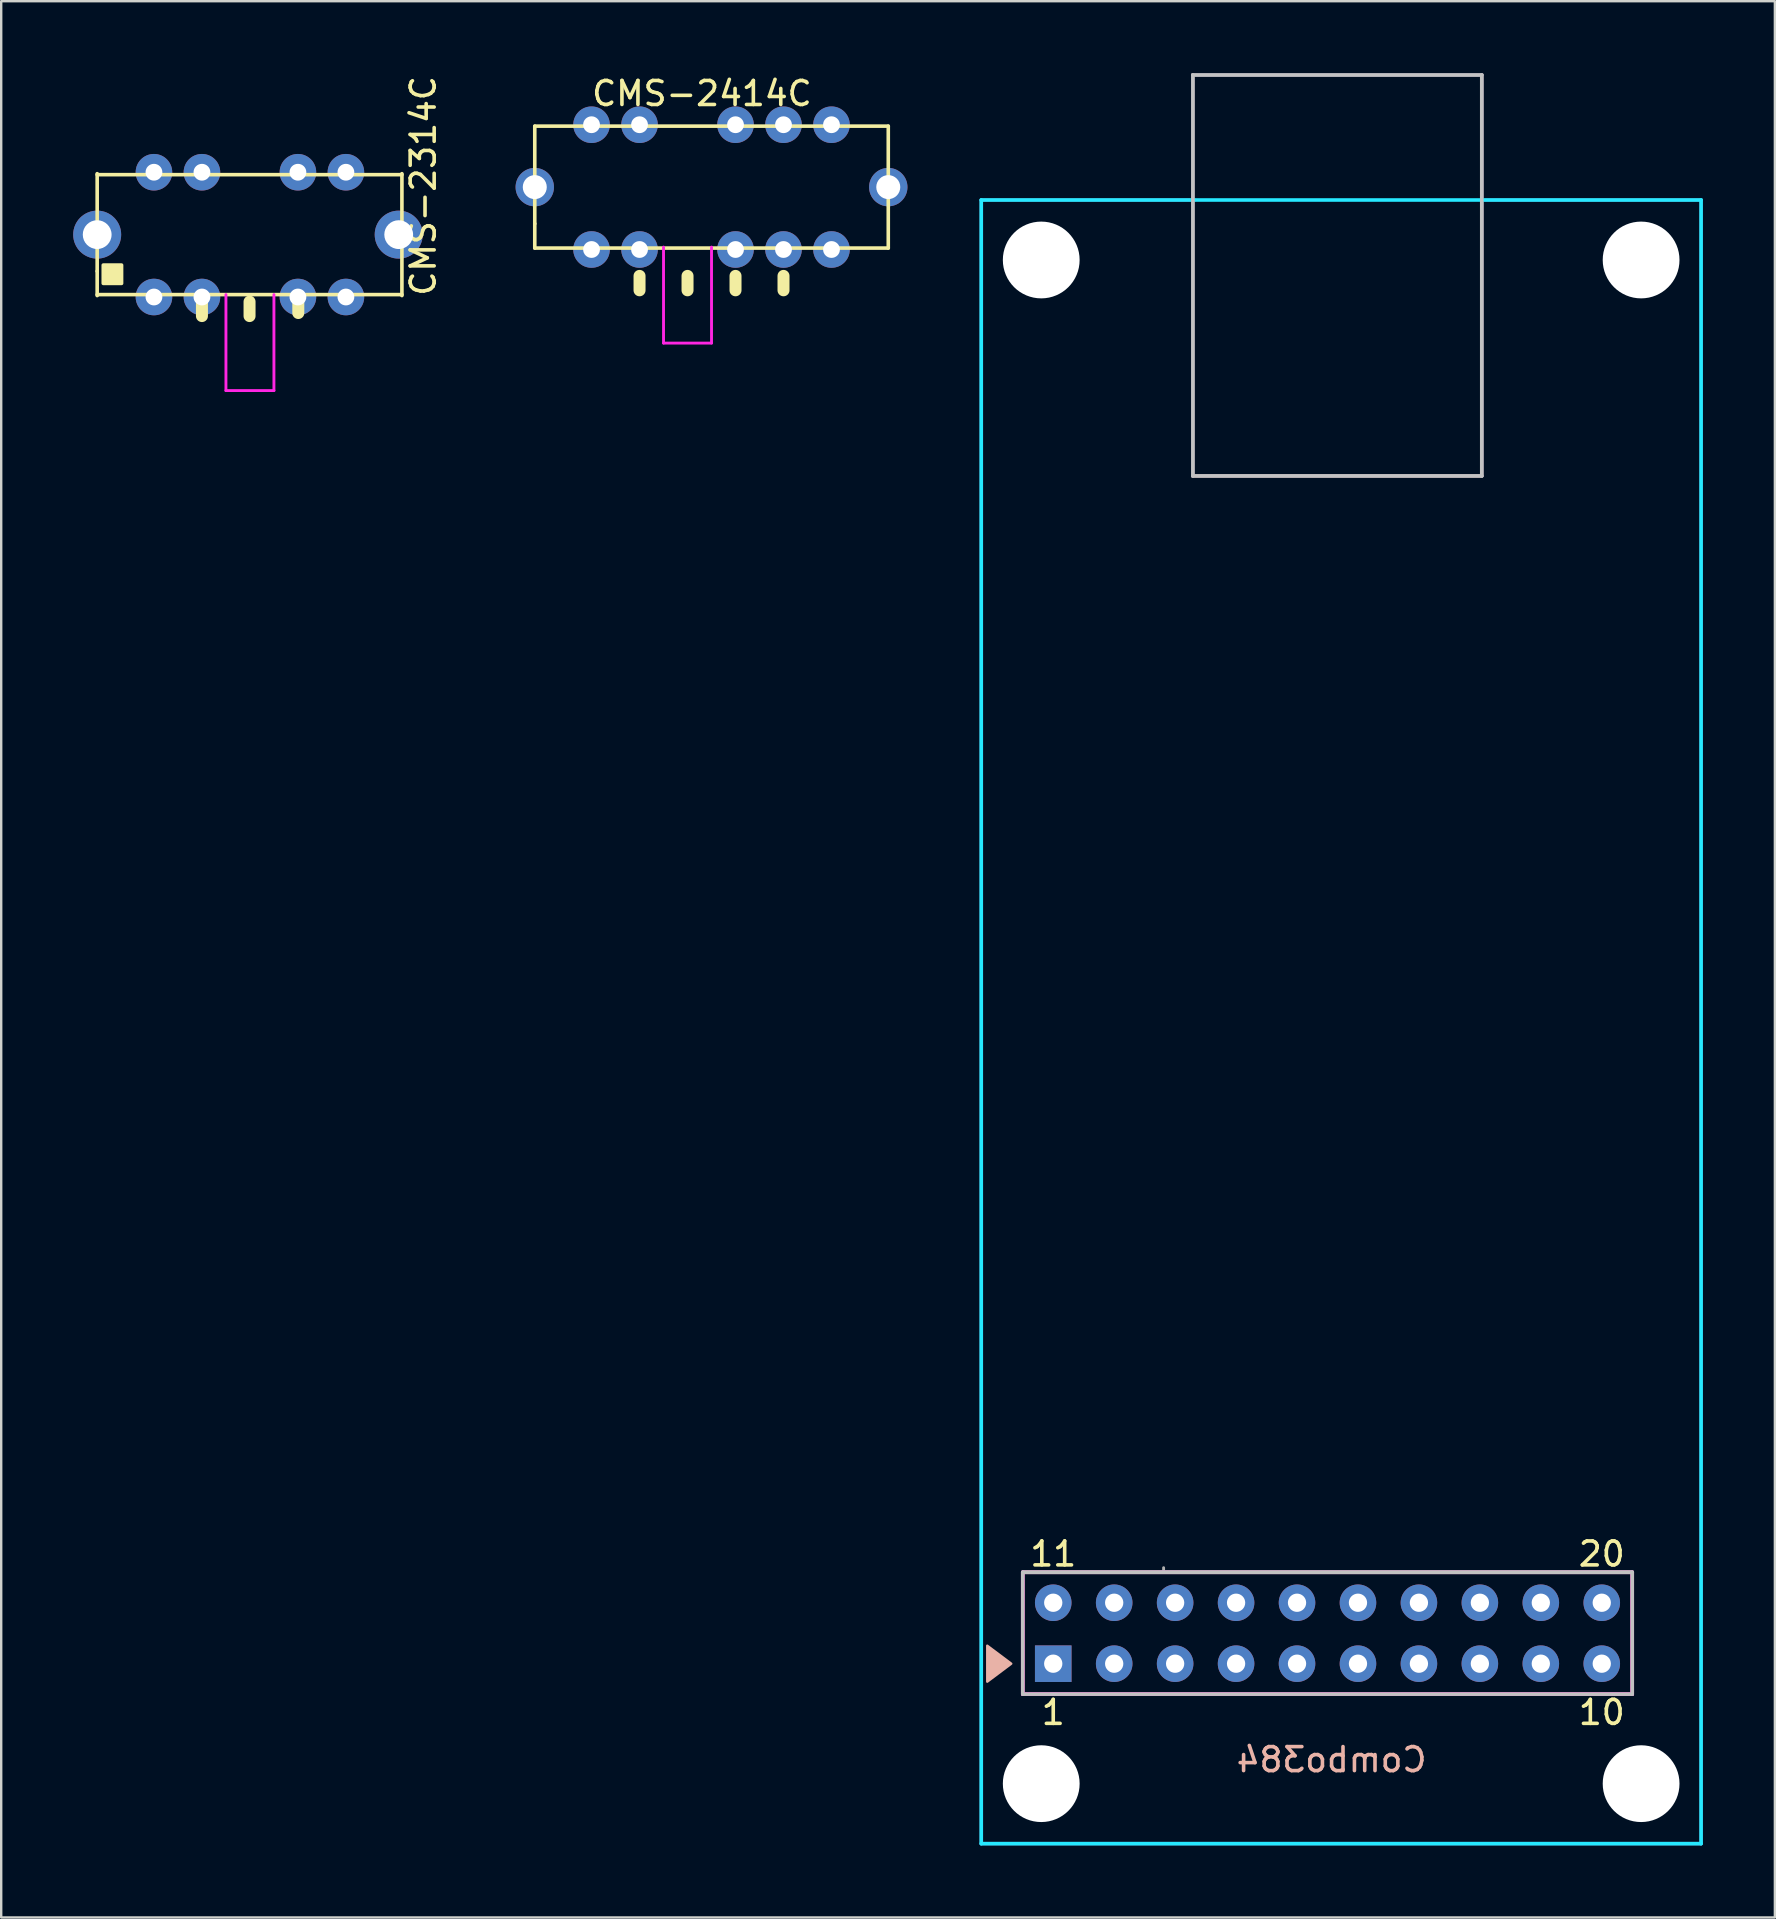
<source format=kicad_pcb>
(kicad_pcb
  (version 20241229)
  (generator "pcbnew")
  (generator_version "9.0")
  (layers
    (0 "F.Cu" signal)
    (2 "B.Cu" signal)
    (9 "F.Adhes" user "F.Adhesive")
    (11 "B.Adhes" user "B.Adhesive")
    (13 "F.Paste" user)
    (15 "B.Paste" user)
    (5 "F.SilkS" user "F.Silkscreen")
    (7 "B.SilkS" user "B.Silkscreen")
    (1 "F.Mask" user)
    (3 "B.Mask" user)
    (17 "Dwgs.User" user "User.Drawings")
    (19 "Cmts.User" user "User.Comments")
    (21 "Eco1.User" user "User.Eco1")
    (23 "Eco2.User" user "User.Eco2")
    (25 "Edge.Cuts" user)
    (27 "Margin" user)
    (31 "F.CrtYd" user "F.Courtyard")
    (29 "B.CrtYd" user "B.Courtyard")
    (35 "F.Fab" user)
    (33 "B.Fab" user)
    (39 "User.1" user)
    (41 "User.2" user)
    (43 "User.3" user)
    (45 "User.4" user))
  (footprint "CMS-2314C"
    (layer "F.Cu")
    (at 8.366 6.728)
    (property "Reference" "CMS-2314C" (at 6.223 -2.032 90) (layer "F.SilkS") (effects (font (size 1 1) (thickness 0.15))))
    (attr through_hole)
    (fp_line (start -7.366 -2.54) (end -7.366 1.524) (stroke (width 0.15) (type solid)) (layer "F.SilkS"))
    (fp_line (start -7.366 1.524) (end -7.366 2.54) (stroke (width 0.15) (type solid)) (layer "F.SilkS"))
    (fp_line (start -7.366 2.5) (end 5.334 2.5) (stroke (width 0.15) (type solid)) (layer "F.SilkS"))
    (fp_line (start -3 2.794) (end -3 3.394) (stroke (width 0.5) (type solid)) (layer "F.SilkS"))
    (fp_line (start -1.016 2.794) (end -1.016 3.394) (stroke (width 0.5) (type solid)) (layer "F.SilkS"))
    (fp_line (start 1.016 2.667) (end 1.016 3.267) (stroke (width 0.5) (type solid)) (layer "F.SilkS"))
    (fp_line (start 5.334 -2.5) (end -7.366 -2.5) (stroke (width 0.15) (type solid)) (layer "F.SilkS"))
    (fp_line (start 5.334 2.54) (end 5.334 -2.54) (stroke (width 0.15) (type solid)) (layer "F.SilkS"))
    (fp_poly (pts (xy -7.112 1.27) (xy -6.35 1.27) (xy -6.35 2.032) (xy -7.112 2.032)) (stroke (width 0.15) (type solid)) (fill yes) (layer "F.SilkS"))
    (fp_line (start -2 6.5) (end -2 2.5) (stroke (width 0.12) (type solid)) (layer "F.CrtYd"))
    (fp_line (start 0 2.5) (end 0 6.5) (stroke (width 0.12) (type solid)) (layer "F.CrtYd"))
    (fp_line (start 0 6.5) (end -2 6.5) (stroke (width 0.12) (type solid)) (layer "F.CrtYd"))
    (pad "1" thru_hole circle (at -5 2.6) (size 1.524 1.524) (drill 0.7) (layers "*.Cu" "B.Mask"))
    (pad "2" thru_hole circle (at -3 2.6) (size 1.524 1.524) (drill 0.7) (layers "*.Cu" "B.Mask"))
    (pad "3" thru_hole circle (at 1 2.6) (size 1.524 1.524) (drill 0.7) (layers "*.Cu" "B.Mask"))
    (pad "4" thru_hole circle (at 3 2.6) (size 1.524 1.524) (drill 0.7) (layers "*.Cu" "B.Mask"))
    (pad "5" thru_hole circle (at -5 -2.6) (size 1.524 1.524) (drill 0.7) (layers "*.Cu" "B.Mask"))
    (pad "6" thru_hole circle (at -3 -2.6) (size 1.524 1.524) (drill 0.7) (layers "*.Cu" "B.Mask"))
    (pad "7" thru_hole circle (at 1 -2.6) (size 1.524 1.524) (drill 0.7) (layers "*.Cu" "B.Mask"))
    (pad "8" thru_hole circle (at 3 -2.6) (size 1.524 1.524) (drill 0.7) (layers "*.Cu" "B.Mask"))
    (pad "9" thru_hole circle (at -7.366 0) (size 2 2) (drill 1.2) (layers "*.Cu" "*.Mask"))
    (pad "10" thru_hole circle (at 5.2 0) (size 2 2) (drill 1.2) (layers "*.Cu" "*.Mask")))
  (footprint "Combo384"
    (layer "F.Cu")
    (at 40.844 66.285)
    (property "Reference" "Combo384" (at 11.6 4 0) (layer "B.SilkS") (effects (font (size 1 1) (thickness 0.15)) (justify mirror)))
    (attr through_hole)
    (fp_line (start -1.27 -3.81) (end -1.27 1.27) (stroke (width 0.15) (type solid)) (layer "B.SilkS"))
    (fp_line (start -1.27 1.27) (end 24.13 1.27) (stroke (width 0.15) (type solid)) (layer "B.SilkS"))
    (fp_line (start 5.82 -66.21) (end 5.82 -49.5) (stroke (width 0.15) (type solid)) (layer "B.SilkS"))
    (fp_line (start 5.82 -66.21) (end 17.86 -66.21) (stroke (width 0.15) (type solid)) (layer "B.SilkS"))
    (fp_line (start 5.82 -49.5) (end 17.86 -49.5) (stroke (width 0.15) (type solid)) (layer "B.SilkS"))
    (fp_line (start 17.86 -49.5) (end 17.86 -66.21) (stroke (width 0.15) (type solid)) (layer "B.SilkS"))
    (fp_line (start 24.13 -3.81) (end -1.27 -3.81) (stroke (width 0.15) (type solid)) (layer "B.SilkS"))
    (fp_line (start 24.13 1.27) (end 24.13 -3.81) (stroke (width 0.15) (type solid)) (layer "B.SilkS"))
    (fp_poly (pts (xy -1.75 0) (xy -2.75 0.75) (xy -2.75 -0.75)) (stroke (width 0.1) (type solid)) (fill yes) (layer "B.SilkS"))
    (fp_line (start -1.27 -3.81) (end -1.27 1.27) (stroke (width 0.15) (type solid)) (layer "Dwgs.User"))
    (fp_line (start -1.27 1.27) (end 24.13 1.27) (stroke (width 0.15) (type solid)) (layer "Dwgs.User"))
    (fp_line (start 5.82 -66.21) (end 5.82 -49.5) (stroke (width 0.15) (type solid)) (layer "Dwgs.User"))
    (fp_line (start 17.86 -66.21) (end 5.82 -66.21) (stroke (width 0.15) (type solid)) (layer "Dwgs.User"))
    (fp_line (start 17.86 -49.5) (end 5.82 -49.5) (stroke (width 0.15) (type solid)) (layer "Dwgs.User"))
    (fp_line (start 17.86 -49.5) (end 17.86 -66.21) (stroke (width 0.15) (type solid)) (layer "Dwgs.User"))
    (fp_line (start 24.13 -3.81) (end -1.27 -3.81) (stroke (width 0.15) (type solid)) (layer "Dwgs.User"))
    (fp_line (start 24.13 -3.81) (end -1.27 -3.81) (stroke (width 0.15) (type solid)) (layer "Dwgs.User"))
    (fp_line (start 24.13 1.27) (end 24.13 -3.81) (stroke (width 0.15) (type solid)) (layer "Dwgs.User"))
    (fp_line (start -3 -61) (end -3 7.5) (stroke (width 0.15) (type solid)) (layer "B.CrtYd"))
    (fp_line (start -3 7.5) (end 27 7.5) (stroke (width 0.15) (type solid)) (layer "B.CrtYd"))
    (fp_line (start 27 -61) (end -3 -61) (stroke (width 0.15) (type solid)) (layer "B.CrtYd"))
    (fp_line (start 27 7.5) (end 27 -61) (stroke (width 0.15) (type solid)) (layer "B.CrtYd"))
    (fp_line (start -1.27 -3.81) (end -1.27 1.27) (stroke (width 0.15) (type solid)) (layer "F.CrtYd"))
    (fp_line (start -1.27 1.27) (end 24.13 1.27) (stroke (width 0.15) (type solid)) (layer "F.CrtYd"))
    (fp_line (start 24.13 -3.81) (end -1.27 -3.81) (stroke (width 0.15) (type solid)) (layer "F.CrtYd"))
    (fp_line (start 24.13 1.27) (end 24.13 -3.81) (stroke (width 0.15) (type solid)) (layer "F.CrtYd"))
    (fp_line (start -3 -61) (end 5.9 -61) (stroke (width 0.15) (type solid)) (layer "B.Fab"))
    (fp_line (start -3 7.5) (end -3 -61) (stroke (width 0.15) (type solid)) (layer "B.Fab"))
    (fp_line (start 5.82 -66.21) (end 5.82 -49.5) (stroke (width 0.15) (type solid)) (layer "B.Fab"))
    (fp_line (start 5.82 -66.21) (end 17.86 -66.21) (stroke (width 0.15) (type solid)) (layer "B.Fab"))
    (fp_line (start 5.82 -49.5) (end 17.86 -49.5) (stroke (width 0.12) (type solid)) (layer "B.Fab"))
    (fp_line (start 17.86 -49.5) (end 17.86 -66.21) (stroke (width 0.15) (type solid)) (layer "B.Fab"))
    (fp_line (start 18 -61) (end 27 -61) (stroke (width 0.15) (type solid)) (layer "B.Fab"))
    (fp_line (start 27 -61) (end 27 7.5) (stroke (width 0.15) (type solid)) (layer "B.Fab"))
    (fp_line (start 27 7.5) (end -3 7.5) (stroke (width 0.15) (type solid)) (layer "B.Fab"))
    (fp_line (start 4.6 -4) (end 4.6 -3.8) (stroke (width 0.12) (type solid)) (layer "F.Fab"))
    (fp_text user "20" (at 22.86 -4.572 0) (layer "F.SilkS") (effects (font (size 1 1) (thickness 0.15))))
    (fp_text user "1" (at 0 2.032 0) (layer "F.SilkS") (effects (font (size 1 1) (thickness 0.15))))
    (fp_text user "11" (at 0 -4.572 0) (layer "F.SilkS") (effects (font (size 1 1) (thickness 0.15))))
    (fp_text user "10" (at 22.86 2.032 0) (layer "F.SilkS") (effects (font (size 1 1) (thickness 0.15))))
    (pad "" np_thru_hole circle (at -0.5 -58.5) (size 3.2 3.2) (drill 3.2) (layers "*.Cu" "*.Mask"))
    (pad "" np_thru_hole circle (at -0.5 5) (size 3.2 3.2) (drill 3.2) (layers "*.Cu" "*.Mask"))
    (pad "" np_thru_hole circle (at 24.5 -58.5) (size 3.2 3.2) (drill 3.2) (layers "*.Cu" "*.Mask"))
    (pad "" np_thru_hole circle (at 24.5 5) (size 3.2 3.2) (drill 3.2) (layers "*.Cu" "*.Mask"))
    (pad "1" thru_hole rect (at 0 0) (size 1.524 1.524) (drill 0.762) (layers "*.Cu" "*.Mask"))
    (pad "2" thru_hole circle (at 2.54 0) (size 1.524 1.524) (drill 0.762) (layers "*.Cu" "*.Mask"))
    (pad "3" thru_hole circle (at 5.08 0) (size 1.524 1.524) (drill 0.762) (layers "*.Cu" "*.Mask"))
    (pad "4" thru_hole circle (at 7.62 0) (size 1.524 1.524) (drill 0.762) (layers "*.Cu" "*.Mask"))
    (pad "5" thru_hole circle (at 10.16 0) (size 1.524 1.524) (drill 0.762) (layers "*.Cu" "*.Mask"))
    (pad "6" thru_hole circle (at 12.7 0) (size 1.524 1.524) (drill 0.762) (layers "*.Cu" "*.Mask"))
    (pad "7" thru_hole circle (at 15.24 0) (size 1.524 1.524) (drill 0.762) (layers "*.Cu" "*.Mask"))
    (pad "8" thru_hole circle (at 17.78 0) (size 1.524 1.524) (drill 0.762) (layers "*.Cu" "*.Mask"))
    (pad "9" thru_hole circle (at 20.32 0) (size 1.524 1.524) (drill 0.762) (layers "*.Cu" "*.Mask"))
    (pad "10" thru_hole circle (at 22.86 0) (size 1.524 1.524) (drill 0.762) (layers "*.Cu" "*.Mask"))
    (pad "11" thru_hole circle (at 0 -2.54) (size 1.524 1.524) (drill 0.762) (layers "*.Cu" "*.Mask"))
    (pad "12" thru_hole circle (at 2.54 -2.54) (size 1.524 1.524) (drill 0.762) (layers "*.Cu" "*.Mask"))
    (pad "13" thru_hole circle (at 5.08 -2.54) (size 1.524 1.524) (drill 0.762) (layers "*.Cu" "*.Mask"))
    (pad "14" thru_hole circle (at 7.62 -2.54) (size 1.524 1.524) (drill 0.762) (layers "*.Cu" "*.Mask"))
    (pad "15" thru_hole circle (at 10.16 -2.54) (size 1.524 1.524) (drill 0.762) (layers "*.Cu" "*.Mask"))
    (pad "16" thru_hole circle (at 12.7 -2.54) (size 1.524 1.524) (drill 0.762) (layers "*.Cu" "*.Mask"))
    (pad "17" thru_hole circle (at 15.24 -2.54) (size 1.524 1.524) (drill 0.762) (layers "*.Cu" "*.Mask"))
    (pad "18" thru_hole circle (at 17.78 -2.54) (size 1.524 1.524) (drill 0.762) (layers "*.Cu" "*.Mask"))
    (pad "19" thru_hole circle (at 20.32 -2.54) (size 1.524 1.524) (drill 0.762) (layers "*.Cu" "*.Mask"))
    (pad "20" thru_hole circle (at 22.86 -2.54) (size 1.524 1.524) (drill 0.762) (layers "*.Cu" "*.Mask")))
  (footprint "CMS-2414C"
    (layer "F.Cu")
    (at 26.603 4.748)
    (property "Reference" "CMS-2414C" (at -0.4 -3.9 0) (layer "F.SilkS") (effects (font (size 1 1) (thickness 0.15))))
    (attr through_hole)
    (fp_line (start -7.366 -2.54) (end -7.366 1.524) (stroke (width 0.15) (type solid)) (layer "F.SilkS"))
    (fp_line (start -7.366 1.524) (end -7.366 2.54) (stroke (width 0.15) (type solid)) (layer "F.SilkS"))
    (fp_line (start -7.366 2.54) (end 7.366 2.54) (stroke (width 0.15) (type solid)) (layer "F.SilkS"))
    (fp_line (start -3 3.7) (end -3 4.3) (stroke (width 0.5) (type solid)) (layer "F.SilkS"))
    (fp_line (start -1 3.7) (end -1 4.3) (stroke (width 0.5) (type solid)) (layer "F.SilkS"))
    (fp_line (start 1 3.7) (end 1 4.3) (stroke (width 0.5) (type solid)) (layer "F.SilkS"))
    (fp_line (start 3 3.7) (end 3 4.3) (stroke (width 0.5) (type solid)) (layer "F.SilkS"))
    (fp_line (start 7.366 -2.54) (end -7.366 -2.54) (stroke (width 0.15) (type solid)) (layer "F.SilkS"))
    (fp_line (start 7.366 2.54) (end 7.366 -2.54) (stroke (width 0.15) (type solid)) (layer "F.SilkS"))
    (fp_line (start -2 6.5) (end -2 2.5) (stroke (width 0.12) (type solid)) (layer "F.CrtYd"))
    (fp_line (start 0 2.5) (end 0 6.5) (stroke (width 0.12) (type solid)) (layer "F.CrtYd"))
    (fp_line (start 0 6.5) (end -2 6.5) (stroke (width 0.12) (type solid)) (layer "F.CrtYd"))
    (pad "1" thru_hole circle (at -5 2.6) (size 1.524 1.524) (drill 0.7) (layers "*.Cu" "*.Mask"))
    (pad "2" thru_hole circle (at -3 2.6) (size 1.524 1.524) (drill 0.7) (layers "*.Cu" "*.Mask"))
    (pad "3" thru_hole circle (at 1 2.6) (size 1.524 1.524) (drill 0.7) (layers "*.Cu" "*.Mask"))
    (pad "4" thru_hole circle (at 3 2.6) (size 1.524 1.524) (drill 0.7) (layers "*.Cu" "*.Mask"))
    (pad "5" thru_hole circle (at 5 2.6) (size 1.524 1.524) (drill 0.7) (layers "*.Cu" "*.Mask"))
    (pad "6" thru_hole circle (at -5 -2.6) (size 1.524 1.524) (drill 0.7) (layers "*.Cu" "*.Mask"))
    (pad "7" thru_hole circle (at -3 -2.6) (size 1.524 1.524) (drill 0.7) (layers "*.Cu" "*.Mask"))
    (pad "8" thru_hole circle (at 1 -2.6) (size 1.524 1.524) (drill 0.7) (layers "*.Cu" "*.Mask"))
    (pad "9" thru_hole circle (at 3 -2.6) (size 1.524 1.524) (drill 0.7) (layers "*.Cu" "*.Mask"))
    (pad "10" thru_hole circle (at 5 -2.6) (size 1.524 1.524) (drill 0.7) (layers "*.Cu" "*.Mask"))
    (pad "11" thru_hole circle (at 7.366 0) (size 1.6 1.6) (drill 1) (layers "*.Cu" "*.Mask"))
    (pad "12" thru_hole circle (at -7.366 0) (size 1.6 1.6) (drill 1) (layers "*.Cu" "*.Mask")))
  (gr_rect
    (start -3 -3)
    (end 70.919 76.86)
    (stroke (width 0.1) (type default))
    (fill no)
    (layer "Edge.Cuts")))
</source>
